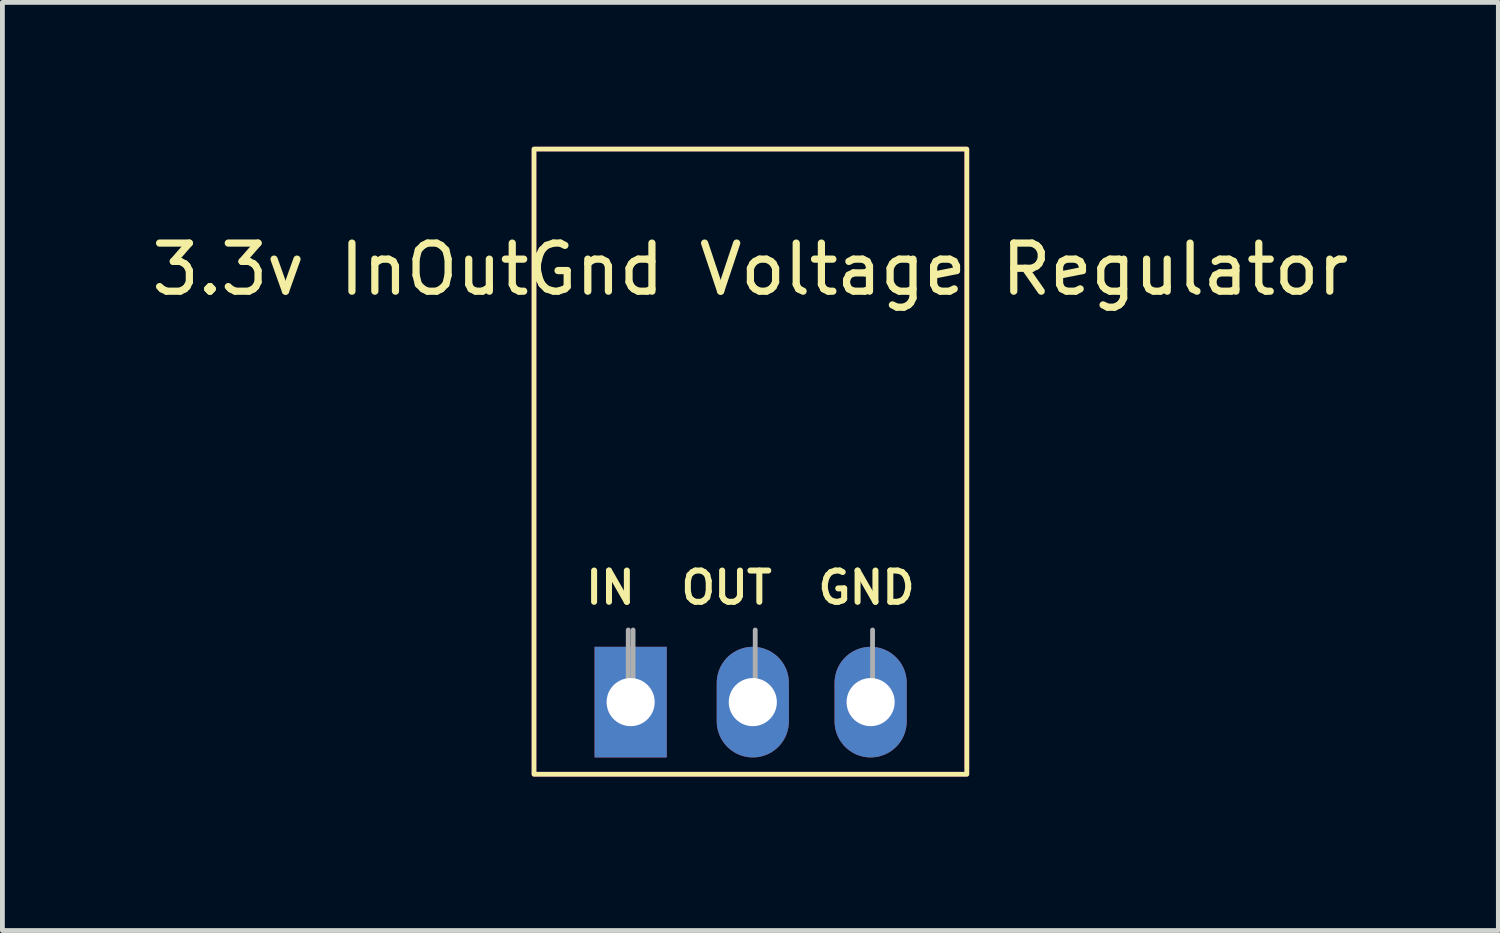
<source format=kicad_pcb>
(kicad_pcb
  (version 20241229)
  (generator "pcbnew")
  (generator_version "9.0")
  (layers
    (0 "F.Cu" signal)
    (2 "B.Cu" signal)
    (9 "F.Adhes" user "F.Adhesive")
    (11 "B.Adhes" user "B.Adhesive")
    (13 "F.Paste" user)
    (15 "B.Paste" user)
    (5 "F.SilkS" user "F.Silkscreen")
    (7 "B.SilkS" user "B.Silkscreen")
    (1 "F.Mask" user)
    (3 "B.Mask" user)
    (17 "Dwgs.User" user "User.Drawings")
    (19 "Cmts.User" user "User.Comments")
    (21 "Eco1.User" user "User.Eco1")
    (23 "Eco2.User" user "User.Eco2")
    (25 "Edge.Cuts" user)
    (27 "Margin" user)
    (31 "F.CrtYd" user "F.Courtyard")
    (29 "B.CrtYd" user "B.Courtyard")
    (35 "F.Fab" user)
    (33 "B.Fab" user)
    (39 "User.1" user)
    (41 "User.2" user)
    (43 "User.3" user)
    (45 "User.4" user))
  (footprint "3.3v InOutGnd Voltage Regulator"
    (layer "F.Cu")
    (at 12.554 13.05)
    (property "Reference" "3.3v InOutGnd Voltage Regulator" (at 0 -10.5 0) (layer "F.SilkS") (effects (font (size 1 1) (thickness 0.15))))
    (attr through_hole)
    (fp_rect (start -4.5 -13) (end 4.5 0) (stroke (width 0.1) (type default)) (fill no) (layer "F.SilkS"))
    (fp_rect (start -4.5 -13) (end 4.5 0) (stroke (width 0.1) (type default)) (fill no) (layer "F.Adhes"))
    (fp_line (start -2.54 -1.5) (end -2.54 -3) (stroke (width 0.1) (type solid)) (layer "F.Fab"))
    (fp_line (start -2.44 -1.5) (end -2.44 -3) (stroke (width 0.1) (type solid)) (layer "F.Fab"))
    (fp_line (start 0.1 -1.5) (end 0.1 -3) (stroke (width 0.1) (type solid)) (layer "F.Fab"))
    (fp_line (start 2.54 -1.5) (end 2.54 -3) (stroke (width 0.1) (type solid)) (layer "F.Fab"))
    (fp_text user "IN  OUT  GND" (at 0 -3.5 0) (unlocked yes) (layer "F.SilkS") (effects (font (size 0.65 0.65) (thickness 0.125) (bold yes)) (justify bottom)))
    (pad "1" thru_hole rect (at -2.49 -1.5) (size 1.5 2.3) (drill 1) (layers "*.Cu" "*.Mask"))
    (pad "2" thru_hole oval (at 0.05 -1.5) (size 1.5 2.3) (drill 1) (layers "*.Cu" "*.Mask"))
    (pad "3" thru_hole oval (at 2.5 -1.5) (size 1.5 2.3) (drill 1) (layers "*.Cu" "*.Mask")))
  (gr_rect
    (start -3 -3)
    (end 28.107 16.3)
    (stroke (width 0.1) (type default))
    (fill no)
    (layer "Edge.Cuts")))
</source>
